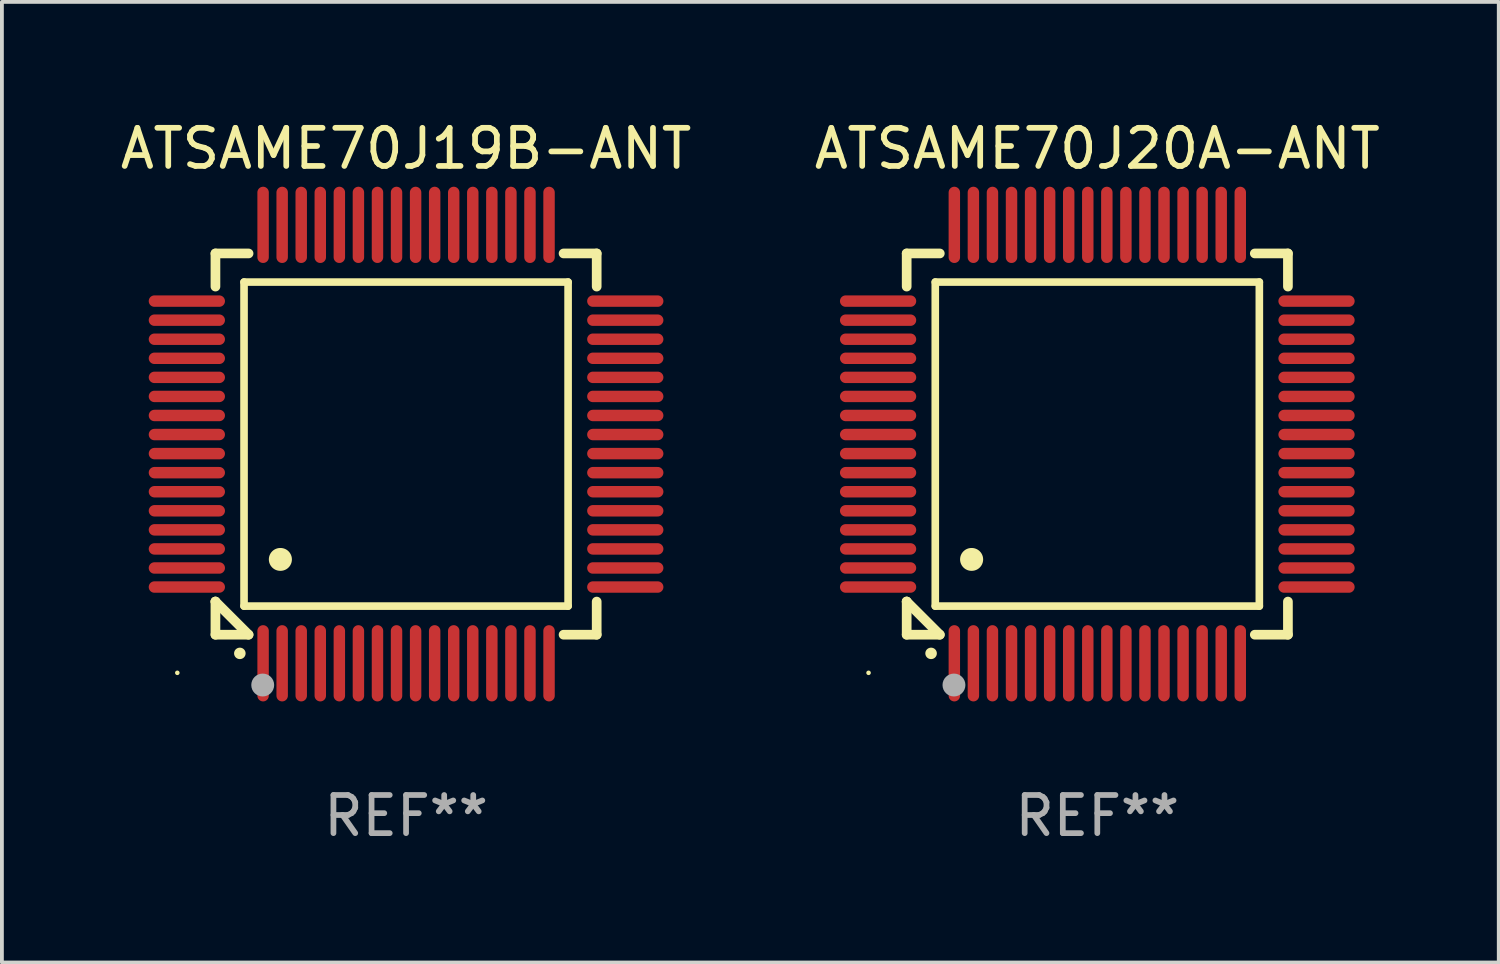
<source format=kicad_pcb>
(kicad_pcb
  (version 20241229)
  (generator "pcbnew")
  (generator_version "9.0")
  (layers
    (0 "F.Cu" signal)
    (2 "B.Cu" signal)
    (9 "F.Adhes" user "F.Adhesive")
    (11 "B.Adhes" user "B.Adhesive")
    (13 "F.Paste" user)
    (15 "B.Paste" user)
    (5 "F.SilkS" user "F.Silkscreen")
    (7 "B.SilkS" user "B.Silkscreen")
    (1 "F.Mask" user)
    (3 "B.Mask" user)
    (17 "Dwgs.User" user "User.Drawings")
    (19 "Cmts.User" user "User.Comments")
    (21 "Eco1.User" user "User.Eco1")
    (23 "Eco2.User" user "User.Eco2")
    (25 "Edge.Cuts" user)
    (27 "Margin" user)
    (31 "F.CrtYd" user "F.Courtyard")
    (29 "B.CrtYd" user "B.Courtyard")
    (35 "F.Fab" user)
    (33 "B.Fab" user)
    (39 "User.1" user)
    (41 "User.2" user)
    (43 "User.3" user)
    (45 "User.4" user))
  (footprint "ATSAME70J19B-ANT"
    (layer "F.Cu")
    (at 7.601 8.598)
    (property "Reference" "ATSAME70J19B-ANT" (at 0 -7.75 0) (layer "F.SilkS") (effects (font (size 1 1) (thickness 0.15))))
    (attr through_hole)
    (fp_line (start -5 -5) (end -4.131 -5) (stroke (width 0.254) (type solid)) (layer "F.SilkS"))
    (fp_line (start -5 -4.131) (end -5 -5) (stroke (width 0.254) (type solid)) (layer "F.SilkS"))
    (fp_line (start -5 4.131) (end -5 4.131) (stroke (width 0.254) (type solid)) (layer "F.SilkS"))
    (fp_line (start -5 5) (end -5 4.131) (stroke (width 0.254) (type solid)) (layer "F.SilkS"))
    (fp_line (start -5 4.131) (end -4.131 5) (stroke (width 0.254) (type solid)) (layer "F.SilkS"))
    (fp_line (start -4.25 -4.25) (end -4.25 4.25) (stroke (width 0.2) (type solid)) (layer "F.SilkS"))
    (fp_line (start -4.25 4.25) (end 4.25 4.25) (stroke (width 0.2) (type solid)) (layer "F.SilkS"))
    (fp_line (start -4.131 5) (end -5 5) (stroke (width 0.254) (type solid)) (layer "F.SilkS"))
    (fp_line (start 4.25 -4.25) (end -4.25 -4.25) (stroke (width 0.2) (type solid)) (layer "F.SilkS"))
    (fp_line (start 4.25 4.25) (end 4.25 -4.25) (stroke (width 0.2) (type solid)) (layer "F.SilkS"))
    (fp_line (start 5 -5) (end 4.131 -5) (stroke (width 0.254) (type solid)) (layer "F.SilkS"))
    (fp_line (start 5 -5) (end 5 -4.131) (stroke (width 0.254) (type solid)) (layer "F.SilkS"))
    (fp_line (start 5 4.131) (end 5 5) (stroke (width 0.254) (type solid)) (layer "F.SilkS"))
    (fp_line (start 5 5) (end 4.131 5) (stroke (width 0.254) (type solid)) (layer "F.SilkS"))
    (fp_arc (start -4.361265 5.489992) (mid -4.359995 5.489987) (end -4.358725 5.489992) (stroke (width 0.3) (type solid)) (layer "F.SilkS"))
    (fp_arc (start -3.299467 3.025146) (mid -3.296927 3.025135) (end -3.294387 3.025146) (stroke (width 0.6) (type solid)) (layer "F.SilkS"))
    (fp_circle (center -6 6) (end -5.97 6) (stroke (width 0.06) (type solid)) (fill no) (layer "F.SilkS"))
    (fp_circle (center -3.76 6.32) (end -3.61 6.32) (stroke (width 0.3) (type solid)) (fill no) (layer "F.Fab"))
    (fp_text user "REF**" (at 0 9.75 0) (layer "F.Fab") (effects (font (size 1 1) (thickness 0.15))))
    (pad "1" smd oval (at -3.75 5.75) (size 0.3 2) (layers "F.Cu" "F.Mask" "F.Paste"))
    (pad "2" smd oval (at -3.25 5.75) (size 0.3 2) (layers "F.Cu" "F.Mask" "F.Paste"))
    (pad "3" smd oval (at -2.75 5.75) (size 0.3 2) (layers "F.Cu" "F.Mask" "F.Paste"))
    (pad "4" smd oval (at -2.25 5.75) (size 0.3 2) (layers "F.Cu" "F.Mask" "F.Paste"))
    (pad "5" smd oval (at -1.75 5.75) (size 0.3 2) (layers "F.Cu" "F.Mask" "F.Paste"))
    (pad "6" smd oval (at -1.25 5.75) (size 0.3 2) (layers "F.Cu" "F.Mask" "F.Paste"))
    (pad "7" smd oval (at -0.75 5.75) (size 0.3 2) (layers "F.Cu" "F.Mask" "F.Paste"))
    (pad "8" smd oval (at -0.25 5.75) (size 0.3 2) (layers "F.Cu" "F.Mask" "F.Paste"))
    (pad "9" smd oval (at 0.25 5.75) (size 0.3 2) (layers "F.Cu" "F.Mask" "F.Paste"))
    (pad "10" smd oval (at 0.75 5.75) (size 0.3 2) (layers "F.Cu" "F.Mask" "F.Paste"))
    (pad "11" smd oval (at 1.25 5.75) (size 0.3 2) (layers "F.Cu" "F.Mask" "F.Paste"))
    (pad "12" smd oval (at 1.75 5.75) (size 0.3 2) (layers "F.Cu" "F.Mask" "F.Paste"))
    (pad "13" smd oval (at 2.25 5.75) (size 0.3 2) (layers "F.Cu" "F.Mask" "F.Paste"))
    (pad "14" smd oval (at 2.75 5.75) (size 0.3 2) (layers "F.Cu" "F.Mask" "F.Paste"))
    (pad "15" smd oval (at 3.25 5.75) (size 0.3 2) (layers "F.Cu" "F.Mask" "F.Paste"))
    (pad "16" smd oval (at 3.75 5.75) (size 0.3 2) (layers "F.Cu" "F.Mask" "F.Paste"))
    (pad "17" smd oval (at 5.75 3.75) (size 2 0.3) (layers "F.Cu" "F.Mask" "F.Paste"))
    (pad "18" smd oval (at 5.75 3.25) (size 2 0.3) (layers "F.Cu" "F.Mask" "F.Paste"))
    (pad "19" smd oval (at 5.75 2.75) (size 2 0.3) (layers "F.Cu" "F.Mask" "F.Paste"))
    (pad "20" smd oval (at 5.75 2.25) (size 2 0.3) (layers "F.Cu" "F.Mask" "F.Paste"))
    (pad "21" smd oval (at 5.75 1.75) (size 2 0.3) (layers "F.Cu" "F.Mask" "F.Paste"))
    (pad "22" smd oval (at 5.75 1.25) (size 2 0.3) (layers "F.Cu" "F.Mask" "F.Paste"))
    (pad "23" smd oval (at 5.75 0.75) (size 2 0.3) (layers "F.Cu" "F.Mask" "F.Paste"))
    (pad "24" smd oval (at 5.75 0.25) (size 2 0.3) (layers "F.Cu" "F.Mask" "F.Paste"))
    (pad "25" smd oval (at 5.75 -0.25) (size 2 0.3) (layers "F.Cu" "F.Mask" "F.Paste"))
    (pad "26" smd oval (at 5.75 -0.75) (size 2 0.3) (layers "F.Cu" "F.Mask" "F.Paste"))
    (pad "27" smd oval (at 5.75 -1.25) (size 2 0.3) (layers "F.Cu" "F.Mask" "F.Paste"))
    (pad "28" smd oval (at 5.75 -1.75) (size 2 0.3) (layers "F.Cu" "F.Mask" "F.Paste"))
    (pad "29" smd oval (at 5.75 -2.25) (size 2 0.3) (layers "F.Cu" "F.Mask" "F.Paste"))
    (pad "30" smd oval (at 5.75 -2.75) (size 2 0.3) (layers "F.Cu" "F.Mask" "F.Paste"))
    (pad "31" smd oval (at 5.75 -3.25) (size 2 0.3) (layers "F.Cu" "F.Mask" "F.Paste"))
    (pad "32" smd oval (at 5.75 -3.75) (size 2 0.3) (layers "F.Cu" "F.Mask" "F.Paste"))
    (pad "33" smd oval (at 3.75 -5.75) (size 0.3 2) (layers "F.Cu" "F.Mask" "F.Paste"))
    (pad "34" smd oval (at 3.25 -5.75) (size 0.3 2) (layers "F.Cu" "F.Mask" "F.Paste"))
    (pad "35" smd oval (at 2.75 -5.75) (size 0.3 2) (layers "F.Cu" "F.Mask" "F.Paste"))
    (pad "36" smd oval (at 2.25 -5.75) (size 0.3 2) (layers "F.Cu" "F.Mask" "F.Paste"))
    (pad "37" smd oval (at 1.75 -5.75) (size 0.3 2) (layers "F.Cu" "F.Mask" "F.Paste"))
    (pad "38" smd oval (at 1.25 -5.75) (size 0.3 2) (layers "F.Cu" "F.Mask" "F.Paste"))
    (pad "39" smd oval (at 0.75 -5.75) (size 0.3 2) (layers "F.Cu" "F.Mask" "F.Paste"))
    (pad "40" smd oval (at 0.25 -5.75) (size 0.3 2) (layers "F.Cu" "F.Mask" "F.Paste"))
    (pad "41" smd oval (at -0.25 -5.75) (size 0.3 2) (layers "F.Cu" "F.Mask" "F.Paste"))
    (pad "42" smd oval (at -0.75 -5.75) (size 0.3 2) (layers "F.Cu" "F.Mask" "F.Paste"))
    (pad "43" smd oval (at -1.25 -5.75) (size 0.3 2) (layers "F.Cu" "F.Mask" "F.Paste"))
    (pad "44" smd oval (at -1.75 -5.75) (size 0.3 2) (layers "F.Cu" "F.Mask" "F.Paste"))
    (pad "45" smd oval (at -2.25 -5.75) (size 0.3 2) (layers "F.Cu" "F.Mask" "F.Paste"))
    (pad "46" smd oval (at -2.75 -5.75) (size 0.3 2) (layers "F.Cu" "F.Mask" "F.Paste"))
    (pad "47" smd oval (at -3.25 -5.75) (size 0.3 2) (layers "F.Cu" "F.Mask" "F.Paste"))
    (pad "48" smd oval (at -3.75 -5.75) (size 0.3 2) (layers "F.Cu" "F.Mask" "F.Paste"))
    (pad "49" smd oval (at -5.75 -3.75) (size 2 0.3) (layers "F.Cu" "F.Mask" "F.Paste"))
    (pad "50" smd oval (at -5.75 -3.25) (size 2 0.3) (layers "F.Cu" "F.Mask" "F.Paste"))
    (pad "51" smd oval (at -5.75 -2.75) (size 2 0.3) (layers "F.Cu" "F.Mask" "F.Paste"))
    (pad "52" smd oval (at -5.75 -2.25) (size 2 0.3) (layers "F.Cu" "F.Mask" "F.Paste"))
    (pad "53" smd oval (at -5.75 -1.75) (size 2 0.3) (layers "F.Cu" "F.Mask" "F.Paste"))
    (pad "54" smd oval (at -5.75 -1.25) (size 2 0.3) (layers "F.Cu" "F.Mask" "F.Paste"))
    (pad "55" smd oval (at -5.75 -0.75) (size 2 0.3) (layers "F.Cu" "F.Mask" "F.Paste"))
    (pad "56" smd oval (at -5.75 -0.25) (size 2 0.3) (layers "F.Cu" "F.Mask" "F.Paste"))
    (pad "57" smd oval (at -5.75 0.25) (size 2 0.3) (layers "F.Cu" "F.Mask" "F.Paste"))
    (pad "58" smd oval (at -5.75 0.75) (size 2 0.3) (layers "F.Cu" "F.Mask" "F.Paste"))
    (pad "59" smd oval (at -5.75 1.25) (size 2 0.3) (layers "F.Cu" "F.Mask" "F.Paste"))
    (pad "60" smd oval (at -5.75 1.75) (size 2 0.3) (layers "F.Cu" "F.Mask" "F.Paste"))
    (pad "61" smd oval (at -5.75 2.25) (size 2 0.3) (layers "F.Cu" "F.Mask" "F.Paste"))
    (pad "62" smd oval (at -5.75 2.75) (size 2 0.3) (layers "F.Cu" "F.Mask" "F.Paste"))
    (pad "63" smd oval (at -5.75 3.25) (size 2 0.3) (layers "F.Cu" "F.Mask" "F.Paste"))
    (pad "64" smd oval (at -5.75 3.75) (size 2 0.3) (layers "F.Cu" "F.Mask" "F.Paste")))
  (footprint "ATSAME70J20A-ANT"
    (layer "F.Cu")
    (at 25.732 8.598)
    (property "Reference" "ATSAME70J20A-ANT" (at 0 -7.75 0) (layer "F.SilkS") (effects (font (size 1 1) (thickness 0.15))))
    (attr through_hole)
    (fp_line (start -5 -5) (end -4.131 -5) (stroke (width 0.254) (type solid)) (layer "F.SilkS"))
    (fp_line (start -5 -4.131) (end -5 -5) (stroke (width 0.254) (type solid)) (layer "F.SilkS"))
    (fp_line (start -5 4.131) (end -5 4.131) (stroke (width 0.254) (type solid)) (layer "F.SilkS"))
    (fp_line (start -5 5) (end -5 4.131) (stroke (width 0.254) (type solid)) (layer "F.SilkS"))
    (fp_line (start -5 4.131) (end -4.131 5) (stroke (width 0.254) (type solid)) (layer "F.SilkS"))
    (fp_line (start -4.25 -4.25) (end -4.25 4.25) (stroke (width 0.2) (type solid)) (layer "F.SilkS"))
    (fp_line (start -4.25 4.25) (end 4.25 4.25) (stroke (width 0.2) (type solid)) (layer "F.SilkS"))
    (fp_line (start -4.131 5) (end -5 5) (stroke (width 0.254) (type solid)) (layer "F.SilkS"))
    (fp_line (start 4.25 -4.25) (end -4.25 -4.25) (stroke (width 0.2) (type solid)) (layer "F.SilkS"))
    (fp_line (start 4.25 4.25) (end 4.25 -4.25) (stroke (width 0.2) (type solid)) (layer "F.SilkS"))
    (fp_line (start 5 -5) (end 4.131 -5) (stroke (width 0.254) (type solid)) (layer "F.SilkS"))
    (fp_line (start 5 -5) (end 5 -4.131) (stroke (width 0.254) (type solid)) (layer "F.SilkS"))
    (fp_line (start 5 4.131) (end 5 5) (stroke (width 0.254) (type solid)) (layer "F.SilkS"))
    (fp_line (start 5 5) (end 4.131 5) (stroke (width 0.254) (type solid)) (layer "F.SilkS"))
    (fp_arc (start -4.361265 5.489992) (mid -4.359995 5.489987) (end -4.358725 5.489992) (stroke (width 0.3) (type solid)) (layer "F.SilkS"))
    (fp_arc (start -3.299467 3.025146) (mid -3.296927 3.025135) (end -3.294387 3.025146) (stroke (width 0.6) (type solid)) (layer "F.SilkS"))
    (fp_circle (center -6 6) (end -5.97 6) (stroke (width 0.06) (type solid)) (fill no) (layer "F.SilkS"))
    (fp_circle (center -3.76 6.32) (end -3.61 6.32) (stroke (width 0.3) (type solid)) (fill no) (layer "F.Fab"))
    (fp_text user "REF**" (at 0 9.75 0) (layer "F.Fab") (effects (font (size 1 1) (thickness 0.15))))
    (pad "1" smd oval (at -3.75 5.75) (size 0.3 2) (layers "F.Cu" "F.Mask" "F.Paste"))
    (pad "2" smd oval (at -3.25 5.75) (size 0.3 2) (layers "F.Cu" "F.Mask" "F.Paste"))
    (pad "3" smd oval (at -2.75 5.75) (size 0.3 2) (layers "F.Cu" "F.Mask" "F.Paste"))
    (pad "4" smd oval (at -2.25 5.75) (size 0.3 2) (layers "F.Cu" "F.Mask" "F.Paste"))
    (pad "5" smd oval (at -1.75 5.75) (size 0.3 2) (layers "F.Cu" "F.Mask" "F.Paste"))
    (pad "6" smd oval (at -1.25 5.75) (size 0.3 2) (layers "F.Cu" "F.Mask" "F.Paste"))
    (pad "7" smd oval (at -0.75 5.75) (size 0.3 2) (layers "F.Cu" "F.Mask" "F.Paste"))
    (pad "8" smd oval (at -0.25 5.75) (size 0.3 2) (layers "F.Cu" "F.Mask" "F.Paste"))
    (pad "9" smd oval (at 0.25 5.75) (size 0.3 2) (layers "F.Cu" "F.Mask" "F.Paste"))
    (pad "10" smd oval (at 0.75 5.75) (size 0.3 2) (layers "F.Cu" "F.Mask" "F.Paste"))
    (pad "11" smd oval (at 1.25 5.75) (size 0.3 2) (layers "F.Cu" "F.Mask" "F.Paste"))
    (pad "12" smd oval (at 1.75 5.75) (size 0.3 2) (layers "F.Cu" "F.Mask" "F.Paste"))
    (pad "13" smd oval (at 2.25 5.75) (size 0.3 2) (layers "F.Cu" "F.Mask" "F.Paste"))
    (pad "14" smd oval (at 2.75 5.75) (size 0.3 2) (layers "F.Cu" "F.Mask" "F.Paste"))
    (pad "15" smd oval (at 3.25 5.75) (size 0.3 2) (layers "F.Cu" "F.Mask" "F.Paste"))
    (pad "16" smd oval (at 3.75 5.75) (size 0.3 2) (layers "F.Cu" "F.Mask" "F.Paste"))
    (pad "17" smd oval (at 5.75 3.75) (size 2 0.3) (layers "F.Cu" "F.Mask" "F.Paste"))
    (pad "18" smd oval (at 5.75 3.25) (size 2 0.3) (layers "F.Cu" "F.Mask" "F.Paste"))
    (pad "19" smd oval (at 5.75 2.75) (size 2 0.3) (layers "F.Cu" "F.Mask" "F.Paste"))
    (pad "20" smd oval (at 5.75 2.25) (size 2 0.3) (layers "F.Cu" "F.Mask" "F.Paste"))
    (pad "21" smd oval (at 5.75 1.75) (size 2 0.3) (layers "F.Cu" "F.Mask" "F.Paste"))
    (pad "22" smd oval (at 5.75 1.25) (size 2 0.3) (layers "F.Cu" "F.Mask" "F.Paste"))
    (pad "23" smd oval (at 5.75 0.75) (size 2 0.3) (layers "F.Cu" "F.Mask" "F.Paste"))
    (pad "24" smd oval (at 5.75 0.25) (size 2 0.3) (layers "F.Cu" "F.Mask" "F.Paste"))
    (pad "25" smd oval (at 5.75 -0.25) (size 2 0.3) (layers "F.Cu" "F.Mask" "F.Paste"))
    (pad "26" smd oval (at 5.75 -0.75) (size 2 0.3) (layers "F.Cu" "F.Mask" "F.Paste"))
    (pad "27" smd oval (at 5.75 -1.25) (size 2 0.3) (layers "F.Cu" "F.Mask" "F.Paste"))
    (pad "28" smd oval (at 5.75 -1.75) (size 2 0.3) (layers "F.Cu" "F.Mask" "F.Paste"))
    (pad "29" smd oval (at 5.75 -2.25) (size 2 0.3) (layers "F.Cu" "F.Mask" "F.Paste"))
    (pad "30" smd oval (at 5.75 -2.75) (size 2 0.3) (layers "F.Cu" "F.Mask" "F.Paste"))
    (pad "31" smd oval (at 5.75 -3.25) (size 2 0.3) (layers "F.Cu" "F.Mask" "F.Paste"))
    (pad "32" smd oval (at 5.75 -3.75) (size 2 0.3) (layers "F.Cu" "F.Mask" "F.Paste"))
    (pad "33" smd oval (at 3.75 -5.75) (size 0.3 2) (layers "F.Cu" "F.Mask" "F.Paste"))
    (pad "34" smd oval (at 3.25 -5.75) (size 0.3 2) (layers "F.Cu" "F.Mask" "F.Paste"))
    (pad "35" smd oval (at 2.75 -5.75) (size 0.3 2) (layers "F.Cu" "F.Mask" "F.Paste"))
    (pad "36" smd oval (at 2.25 -5.75) (size 0.3 2) (layers "F.Cu" "F.Mask" "F.Paste"))
    (pad "37" smd oval (at 1.75 -5.75) (size 0.3 2) (layers "F.Cu" "F.Mask" "F.Paste"))
    (pad "38" smd oval (at 1.25 -5.75) (size 0.3 2) (layers "F.Cu" "F.Mask" "F.Paste"))
    (pad "39" smd oval (at 0.75 -5.75) (size 0.3 2) (layers "F.Cu" "F.Mask" "F.Paste"))
    (pad "40" smd oval (at 0.25 -5.75) (size 0.3 2) (layers "F.Cu" "F.Mask" "F.Paste"))
    (pad "41" smd oval (at -0.25 -5.75) (size 0.3 2) (layers "F.Cu" "F.Mask" "F.Paste"))
    (pad "42" smd oval (at -0.75 -5.75) (size 0.3 2) (layers "F.Cu" "F.Mask" "F.Paste"))
    (pad "43" smd oval (at -1.25 -5.75) (size 0.3 2) (layers "F.Cu" "F.Mask" "F.Paste"))
    (pad "44" smd oval (at -1.75 -5.75) (size 0.3 2) (layers "F.Cu" "F.Mask" "F.Paste"))
    (pad "45" smd oval (at -2.25 -5.75) (size 0.3 2) (layers "F.Cu" "F.Mask" "F.Paste"))
    (pad "46" smd oval (at -2.75 -5.75) (size 0.3 2) (layers "F.Cu" "F.Mask" "F.Paste"))
    (pad "47" smd oval (at -3.25 -5.75) (size 0.3 2) (layers "F.Cu" "F.Mask" "F.Paste"))
    (pad "48" smd oval (at -3.75 -5.75) (size 0.3 2) (layers "F.Cu" "F.Mask" "F.Paste"))
    (pad "49" smd oval (at -5.75 -3.75) (size 2 0.3) (layers "F.Cu" "F.Mask" "F.Paste"))
    (pad "50" smd oval (at -5.75 -3.25) (size 2 0.3) (layers "F.Cu" "F.Mask" "F.Paste"))
    (pad "51" smd oval (at -5.75 -2.75) (size 2 0.3) (layers "F.Cu" "F.Mask" "F.Paste"))
    (pad "52" smd oval (at -5.75 -2.25) (size 2 0.3) (layers "F.Cu" "F.Mask" "F.Paste"))
    (pad "53" smd oval (at -5.75 -1.75) (size 2 0.3) (layers "F.Cu" "F.Mask" "F.Paste"))
    (pad "54" smd oval (at -5.75 -1.25) (size 2 0.3) (layers "F.Cu" "F.Mask" "F.Paste"))
    (pad "55" smd oval (at -5.75 -0.75) (size 2 0.3) (layers "F.Cu" "F.Mask" "F.Paste"))
    (pad "56" smd oval (at -5.75 -0.25) (size 2 0.3) (layers "F.Cu" "F.Mask" "F.Paste"))
    (pad "57" smd oval (at -5.75 0.25) (size 2 0.3) (layers "F.Cu" "F.Mask" "F.Paste"))
    (pad "58" smd oval (at -5.75 0.75) (size 2 0.3) (layers "F.Cu" "F.Mask" "F.Paste"))
    (pad "59" smd oval (at -5.75 1.25) (size 2 0.3) (layers "F.Cu" "F.Mask" "F.Paste"))
    (pad "60" smd oval (at -5.75 1.75) (size 2 0.3) (layers "F.Cu" "F.Mask" "F.Paste"))
    (pad "61" smd oval (at -5.75 2.25) (size 2 0.3) (layers "F.Cu" "F.Mask" "F.Paste"))
    (pad "62" smd oval (at -5.75 2.75) (size 2 0.3) (layers "F.Cu" "F.Mask" "F.Paste"))
    (pad "63" smd oval (at -5.75 3.25) (size 2 0.3) (layers "F.Cu" "F.Mask" "F.Paste"))
    (pad "64" smd oval (at -5.75 3.75) (size 2 0.3) (layers "F.Cu" "F.Mask" "F.Paste")))
  (gr_rect
    (start -3 -3)
    (end 36.262 22.196)
    (stroke (width 0.1) (type default))
    (fill no)
    (layer "Edge.Cuts")))
</source>
